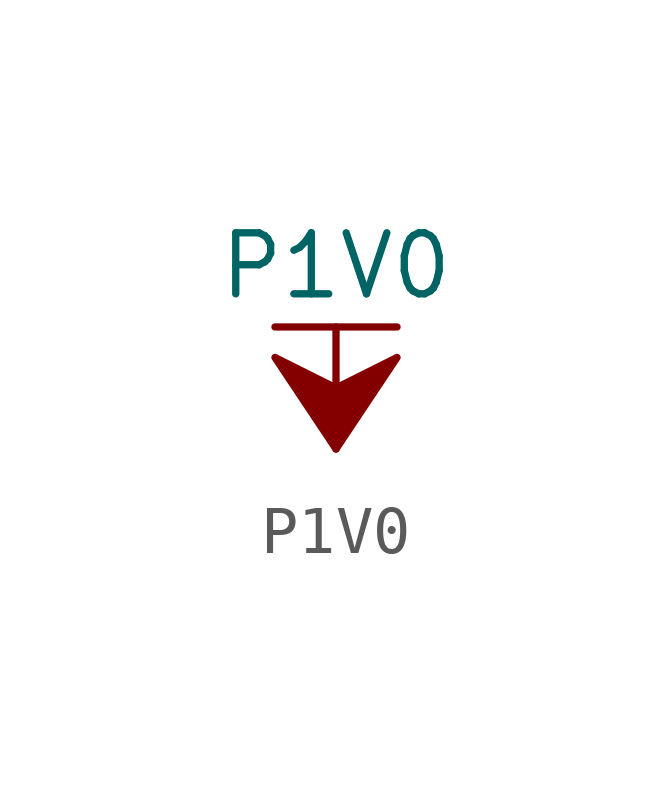
<source format=kicad_sym>
(kicad_symbol_lib
  (version 20211014)
  (generator kicad_symbol_editor)
  (symbol "P1V0"
    (power)
    (pin_names
      (offset 0))
    (property "Reference" "#PWR"
      (at 0 -3.81 0)
      (effects (font (size 1.27 1.27)) hide))
    (property "Value" "P1V0"
      (at 0 3.81 0)
      (effects (font (size 1.27 1.27))))
    (symbol "P1V0_0_1"
      (polyline (pts (xy -1.27 2.54) (xy 1.27 2.54)) (stroke (width 0.152) (type default) (color 0 0 0 0)) (fill (type none)))
      (polyline (pts (xy 0 0) (xy 0 2.54)) (stroke (width 0.152) (type default) (color 0 0 0 0)) (fill (type none)))
      (polyline (pts (xy 0 0) (xy 1.27 1.905) (xy 0 1.27) (xy -1.27 1.905) (xy 0 0)) (stroke (width 0.152) (type default) (color 0 0 0 0)) (fill (type outline))))
    (symbol "P1V0_1_1"
      (pin power_in line (at 0 0 90) (length 0) hide (name "P1V0" (effects (font (size 1.27 1.27)))) (number "1" (effects (font (size 1.27 1.27))))))))
</source>
